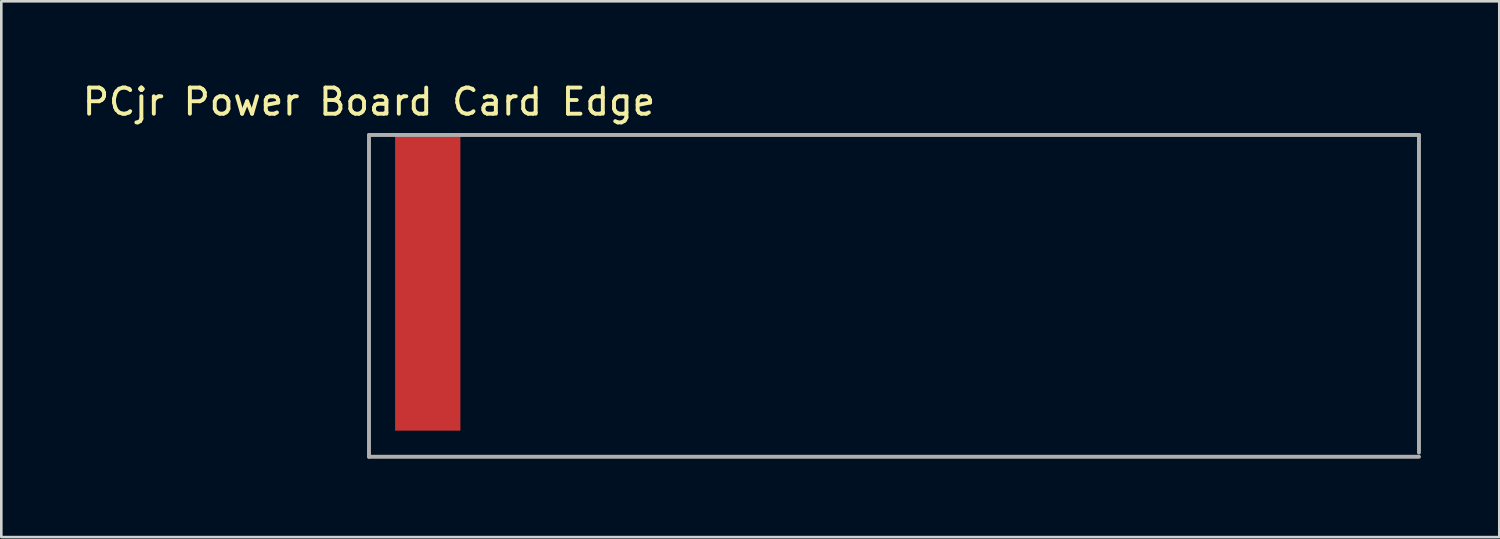
<source format=kicad_pcb>
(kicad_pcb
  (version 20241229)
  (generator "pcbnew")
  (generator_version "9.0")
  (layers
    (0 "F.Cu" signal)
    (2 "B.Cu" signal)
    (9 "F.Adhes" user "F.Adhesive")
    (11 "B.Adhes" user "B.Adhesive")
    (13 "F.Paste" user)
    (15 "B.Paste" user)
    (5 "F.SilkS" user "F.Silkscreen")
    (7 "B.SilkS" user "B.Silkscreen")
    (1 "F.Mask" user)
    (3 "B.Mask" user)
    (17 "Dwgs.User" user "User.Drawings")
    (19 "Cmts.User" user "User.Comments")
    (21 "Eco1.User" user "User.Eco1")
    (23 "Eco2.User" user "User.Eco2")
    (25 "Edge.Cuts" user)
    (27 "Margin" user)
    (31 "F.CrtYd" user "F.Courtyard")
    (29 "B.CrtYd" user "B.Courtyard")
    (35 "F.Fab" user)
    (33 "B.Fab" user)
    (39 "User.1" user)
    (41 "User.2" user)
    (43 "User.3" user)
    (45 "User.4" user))
  (footprint "PCjr Power Board Card Edge"
    (layer "F.Cu")
    (at 11.077 2.118)
    (property "Reference" "PCjr Power Board Card Edge" (at 0 -1.27 0) (layer "F.SilkS") (effects (font (size 1 1) (thickness 0.15))))
    (attr through_hole)
    (fp_line (start 0 0) (end 0 12.32) (stroke (width 0.15) (type solid)) (layer "F.Fab"))
    (fp_line (start 0 12.32) (end 40.2 12.32) (stroke (width 0.15) (type solid)) (layer "F.Fab"))
    (fp_line (start 40.2 0) (end 0 0) (stroke (width 0.15) (type solid)) (layer "F.Fab"))
    (fp_line (start 40.2 12.16) (end 40.2 0) (stroke (width 0.15) (type solid)) (layer "F.Fab"))
    (pad "1" smd rect (at 2.25 5.66) (size 2.5 11.32) (layers "F.Cu" "F.Mask" "F.Paste")))
  (gr_rect
    (start -3 -3)
    (end 54.352 17.513)
    (stroke (width 0.1) (type default))
    (fill no)
    (layer "Edge.Cuts")))
</source>
